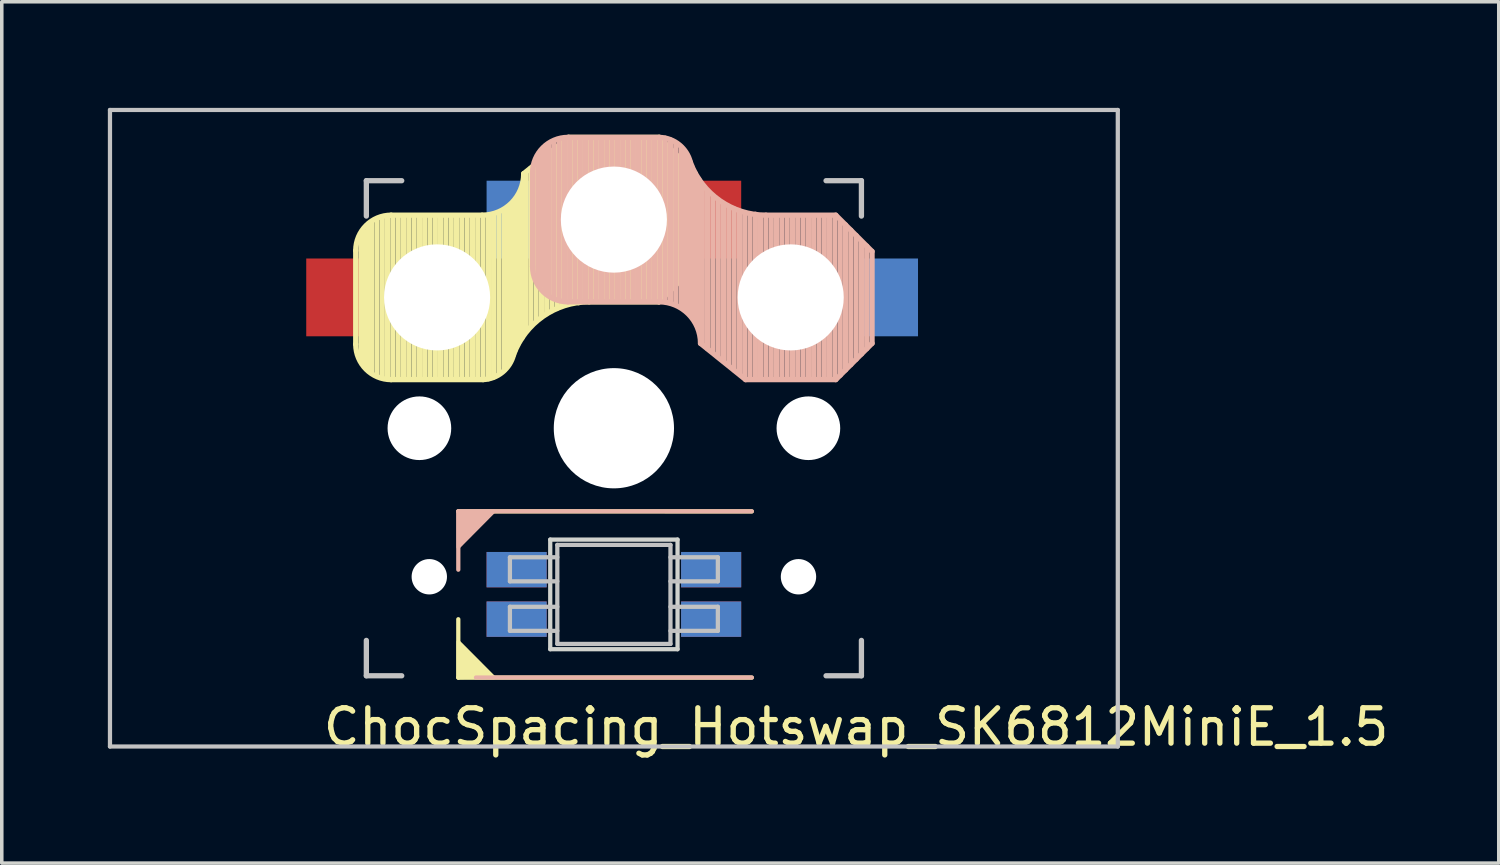
<source format=kicad_pcb>
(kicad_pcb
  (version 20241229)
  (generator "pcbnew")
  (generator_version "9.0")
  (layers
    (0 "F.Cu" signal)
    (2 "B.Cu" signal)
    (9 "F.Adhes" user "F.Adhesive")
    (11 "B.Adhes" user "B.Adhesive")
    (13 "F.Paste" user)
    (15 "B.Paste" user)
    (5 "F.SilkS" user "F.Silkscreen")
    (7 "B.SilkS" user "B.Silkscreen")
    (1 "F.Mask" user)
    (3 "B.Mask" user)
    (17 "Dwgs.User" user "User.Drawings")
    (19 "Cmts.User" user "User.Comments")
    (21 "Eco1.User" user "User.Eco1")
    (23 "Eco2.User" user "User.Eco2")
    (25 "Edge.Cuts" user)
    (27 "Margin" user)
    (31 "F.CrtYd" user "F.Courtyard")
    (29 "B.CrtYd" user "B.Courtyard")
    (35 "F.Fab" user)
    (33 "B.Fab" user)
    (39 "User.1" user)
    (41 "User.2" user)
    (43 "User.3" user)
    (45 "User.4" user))
  (footprint "ChocSpacing_Hotswap_SK6812MiniE_1.5"
    (layer "F.Cu")
    (at 14.31 9.06)
    (property "Reference" "ChocSpacing_Hotswap_SK6812MiniE_1.5" (at 6.85 8.45 180) (layer "F.SilkS") (effects (font (size 1 1) (thickness 0.15))))
    (attr through_hole)
    (fp_line (start -7.3 -5.025) (end -7.3 -2.375) (stroke (width 0.15) (type solid)) (layer "F.SilkS"))
    (fp_line (start -7.15 -1.95) (end -7.15 -5.5) (stroke (width 0.15) (type solid)) (layer "F.SilkS"))
    (fp_line (start -7.05 -1.8) (end -7.05 -5.55) (stroke (width 0.15) (type solid)) (layer "F.SilkS"))
    (fp_line (start -6.95 -1.7) (end -6.95 -5.65) (stroke (width 0.15) (type solid)) (layer "F.SilkS"))
    (fp_line (start -6.85 -1.6) (end -6.85 -5.8) (stroke (width 0.15) (type solid)) (layer "F.SilkS"))
    (fp_line (start -6.7 -1.5) (end -6.7 -5.9) (stroke (width 0.15) (type solid)) (layer "F.SilkS"))
    (fp_line (start -6.55 -1.45) (end -6.55 -5.95) (stroke (width 0.15) (type solid)) (layer "F.SilkS"))
    (fp_line (start -6.4 -1.4) (end -6.4 -5.95) (stroke (width 0.15) (type solid)) (layer "F.SilkS"))
    (fp_line (start -6.3 -6.025) (end -3.725 -6.025) (stroke (width 0.15) (type solid)) (layer "F.SilkS"))
    (fp_line (start -6.3 -1.375) (end -3.7 -1.375) (stroke (width 0.15) (type solid)) (layer "F.SilkS"))
    (fp_line (start -6.25 -1.4) (end -6.25 -6) (stroke (width 0.15) (type solid)) (layer "F.SilkS"))
    (fp_line (start -6.1 -1.4) (end -6.1 -6) (stroke (width 0.15) (type solid)) (layer "F.SilkS"))
    (fp_line (start -5.95 -1.4) (end -5.95 -6) (stroke (width 0.15) (type solid)) (layer "F.SilkS"))
    (fp_line (start -5.8 -1.4) (end -5.8 -6) (stroke (width 0.15) (type solid)) (layer "F.SilkS"))
    (fp_line (start -5.65 -1.4) (end -5.65 -6) (stroke (width 0.15) (type solid)) (layer "F.SilkS"))
    (fp_line (start -5.5 -1.4) (end -5.5 -6) (stroke (width 0.15) (type solid)) (layer "F.SilkS"))
    (fp_line (start -5.35 -1.4) (end -5.35 -6) (stroke (width 0.15) (type solid)) (layer "F.SilkS"))
    (fp_line (start -5.2 -1.4) (end -5.2 -6) (stroke (width 0.15) (type solid)) (layer "F.SilkS"))
    (fp_line (start -5.05 -1.4) (end -5.05 -6) (stroke (width 0.15) (type solid)) (layer "F.SilkS"))
    (fp_line (start -4.9 -1.4) (end -4.9 -6) (stroke (width 0.15) (type solid)) (layer "F.SilkS"))
    (fp_line (start -4.75 -1.4) (end -4.75 -6) (stroke (width 0.15) (type solid)) (layer "F.SilkS"))
    (fp_line (start -4.6 -1.4) (end -4.6 -6) (stroke (width 0.15) (type solid)) (layer "F.SilkS"))
    (fp_line (start -4.45 -1.4) (end -4.45 -6) (stroke (width 0.15) (type solid)) (layer "F.SilkS"))
    (fp_line (start -4.4 2.349) (end 3.9 2.352) (stroke (width 0.12) (type solid)) (layer "F.SilkS"))
    (fp_line (start -4.4 7.052) (end -4.4 5.401) (stroke (width 0.12) (type solid)) (layer "F.SilkS"))
    (fp_line (start -4.3 -1.4) (end -4.3 -6) (stroke (width 0.15) (type solid)) (layer "F.SilkS"))
    (fp_line (start -4.15 -1.4) (end -4.15 -6) (stroke (width 0.15) (type solid)) (layer "F.SilkS"))
    (fp_line (start -4 -1.4) (end -4 -6) (stroke (width 0.15) (type solid)) (layer "F.SilkS"))
    (fp_line (start -3.85 -1.4) (end -3.85 -5.95) (stroke (width 0.15) (type solid)) (layer "F.SilkS"))
    (fp_line (start -3.7 -1.4) (end -3.7 -6) (stroke (width 0.15) (type solid)) (layer "F.SilkS"))
    (fp_line (start -3.55 -1.4) (end -3.55 -6) (stroke (width 0.15) (type solid)) (layer "F.SilkS"))
    (fp_line (start -3.4 -1.45) (end -3.4 -6) (stroke (width 0.15) (type solid)) (layer "F.SilkS"))
    (fp_line (start -3.25 -1.55) (end -3.25 -6.1) (stroke (width 0.15) (type solid)) (layer "F.SilkS"))
    (fp_line (start -3.1 -1.65) (end -3.1 -6.15) (stroke (width 0.15) (type solid)) (layer "F.SilkS"))
    (fp_line (start -3 -1.8) (end -3 -6.2) (stroke (width 0.15) (type solid)) (layer "F.SilkS"))
    (fp_line (start -2.9 -2.05) (end -2.9 -6.25) (stroke (width 0.15) (type solid)) (layer "F.SilkS"))
    (fp_line (start -2.8 -2.2) (end -2.8 -6.35) (stroke (width 0.15) (type solid)) (layer "F.SilkS"))
    (fp_line (start -2.7 -2.4) (end -2.7 -6.55) (stroke (width 0.15) (type solid)) (layer "F.SilkS"))
    (fp_line (start -2.6 -2.55) (end -2.6 -6.7) (stroke (width 0.15) (type solid)) (layer "F.SilkS"))
    (fp_line (start -2.5 -2.75) (end -2.5 -7.2) (stroke (width 0.15) (type solid)) (layer "F.SilkS"))
    (fp_line (start -2.35 -2.9) (end -2.35 -7.35) (stroke (width 0.15) (type solid)) (layer "F.SilkS"))
    (fp_line (start -2.2 -3.05) (end -2.2 -7.45) (stroke (width 0.15) (type solid)) (layer "F.SilkS"))
    (fp_line (start -2.05 -3.15) (end -2.05 -7.55) (stroke (width 0.15) (type solid)) (layer "F.SilkS"))
    (fp_line (start -1.9 -3.25) (end -1.9 -7.7) (stroke (width 0.15) (type solid)) (layer "F.SilkS"))
    (fp_line (start -1.75 -3.35) (end -1.75 -7.8) (stroke (width 0.15) (type solid)) (layer "F.SilkS"))
    (fp_line (start -1.6 -3.4) (end -1.6 -7.95) (stroke (width 0.15) (type solid)) (layer "F.SilkS"))
    (fp_line (start -1.45 -3.5) (end -1.45 -8.05) (stroke (width 0.15) (type solid)) (layer "F.SilkS"))
    (fp_line (start -1.3 -3.55) (end -1.3 -8.15) (stroke (width 0.15) (type solid)) (layer "F.SilkS"))
    (fp_line (start -1.275 -8.225) (end -2.55 -7.2) (stroke (width 0.15) (type solid)) (layer "F.SilkS"))
    (fp_line (start -1.275 -8.225) (end 1.275 -8.225) (stroke (width 0.15) (type solid)) (layer "F.SilkS"))
    (fp_line (start -1.15 -3.55) (end -1.15 -8.2) (stroke (width 0.15) (type solid)) (layer "F.SilkS"))
    (fp_line (start -1 -3.55) (end -1 -8.2) (stroke (width 0.15) (type solid)) (layer "F.SilkS"))
    (fp_line (start -0.85 -3.6) (end -0.85 -8.15) (stroke (width 0.15) (type solid)) (layer "F.SilkS"))
    (fp_line (start -0.7 -3.6) (end -0.7 -8.2) (stroke (width 0.15) (type solid)) (layer "F.SilkS"))
    (fp_line (start -0.7 -3.575) (end 1.275 -3.575) (stroke (width 0.15) (type solid)) (layer "F.SilkS"))
    (fp_line (start -0.55 -3.6) (end -0.55 -8.2) (stroke (width 0.15) (type solid)) (layer "F.SilkS"))
    (fp_line (start -0.4 -3.6) (end -0.4 -8.2) (stroke (width 0.15) (type solid)) (layer "F.SilkS"))
    (fp_line (start -0.25 -3.6) (end -0.25 -8.2) (stroke (width 0.15) (type solid)) (layer "F.SilkS"))
    (fp_line (start -0.1 -3.6) (end -0.1 -8.2) (stroke (width 0.15) (type solid)) (layer "F.SilkS"))
    (fp_line (start 0.05 -3.6) (end 0.05 -8.2) (stroke (width 0.15) (type solid)) (layer "F.SilkS"))
    (fp_line (start 0.2 -3.6) (end 0.2 -8.2) (stroke (width 0.15) (type solid)) (layer "F.SilkS"))
    (fp_line (start 0.35 -3.6) (end 0.35 -8.2) (stroke (width 0.15) (type solid)) (layer "F.SilkS"))
    (fp_line (start 0.5 -3.6) (end 0.5 -8.2) (stroke (width 0.15) (type solid)) (layer "F.SilkS"))
    (fp_line (start 0.65 -3.6) (end 0.65 -8.2) (stroke (width 0.15) (type solid)) (layer "F.SilkS"))
    (fp_line (start 0.8 -3.6) (end 0.8 -8.2) (stroke (width 0.15) (type solid)) (layer "F.SilkS"))
    (fp_line (start 0.95 -3.6) (end 0.95 -8.2) (stroke (width 0.15) (type solid)) (layer "F.SilkS"))
    (fp_line (start 1.1 -3.6) (end 1.1 -8.2) (stroke (width 0.15) (type solid)) (layer "F.SilkS"))
    (fp_line (start 1.25 -3.6) (end 1.25 -8.2) (stroke (width 0.15) (type solid)) (layer "F.SilkS"))
    (fp_line (start 1.4 -3.75) (end 1.4 -8.1) (stroke (width 0.15) (type solid)) (layer "F.SilkS"))
    (fp_line (start 1.55 -3.85) (end 1.55 -7.95) (stroke (width 0.15) (type solid)) (layer "F.SilkS"))
    (fp_line (start 1.7 -4) (end 1.7 -7.8) (stroke (width 0.15) (type solid)) (layer "F.SilkS"))
    (fp_line (start 1.85 -4.15) (end 1.85 -7.65) (stroke (width 0.15) (type solid)) (layer "F.SilkS"))
    (fp_line (start 2 -4.35) (end 2 -7.5) (stroke (width 0.15) (type solid)) (layer "F.SilkS"))
    (fp_line (start 2.15 -4.45) (end 2.15 -7.35) (stroke (width 0.15) (type solid)) (layer "F.SilkS"))
    (fp_line (start 2.3 -7.2) (end 1.275 -8.225) (stroke (width 0.15) (type solid)) (layer "F.SilkS"))
    (fp_line (start 2.3 -7.2) (end 2.3 -4.6) (stroke (width 0.15) (type solid)) (layer "F.SilkS"))
    (fp_line (start 2.3 -4.6) (end 1.275 -3.575) (stroke (width 0.15) (type solid)) (layer "F.SilkS"))
    (fp_line (start 3.9 7.052) (end -4.4 7.052) (stroke (width 0.12) (type solid)) (layer "F.SilkS"))
    (fp_arc (start -7.3 -5.025) (mid -7.007107 -5.732107) (end -6.3 -6.025) (stroke (width 0.15) (type solid)) (layer "F.SilkS"))
    (fp_arc (start -6.3 -1.375) (mid -7.007107 -1.667893) (end -7.3 -2.375) (stroke (width 0.15) (type solid)) (layer "F.SilkS"))
    (fp_arc (start -2.837801 -2.078096) (mid -3.151716 -1.583979) (end -3.699005 -1.376209) (stroke (width 0.15) (type solid)) (layer "F.SilkS"))
    (fp_arc (start -2.837801 -2.078096) (mid -2.004887 -3.163571) (end -0.7 -3.575) (stroke (width 0.15) (type solid)) (layer "F.SilkS"))
    (fp_arc (start -2.55 -7.2) (mid -2.89415 -6.36915) (end -3.725 -6.025) (stroke (width 0.15) (type solid)) (layer "F.SilkS"))
    (fp_poly (pts (xy -3.392 7.049) (xy -4.4 7.052) (xy -4.4 6.036)) (stroke (width 0.1) (type solid)) (fill yes) (layer "F.SilkS"))
    (fp_line (start -4.4 2.349) (end -4.4 4) (stroke (width 0.12) (type solid)) (layer "B.SilkS"))
    (fp_line (start -3.9 7.049) (end 3.9 7.049) (stroke (width 0.12) (type solid)) (layer "B.SilkS"))
    (fp_line (start -2.3 -4.575) (end -2.3 -7.225) (stroke (width 0.15) (type solid)) (layer "B.SilkS"))
    (fp_line (start -2.15 -7.65) (end -2.15 -4.1) (stroke (width 0.15) (type solid)) (layer "B.SilkS"))
    (fp_line (start -2.05 -7.8) (end -2.05 -4.05) (stroke (width 0.15) (type solid)) (layer "B.SilkS"))
    (fp_line (start -1.95 -7.9) (end -1.95 -3.95) (stroke (width 0.15) (type solid)) (layer "B.SilkS"))
    (fp_line (start -1.85 -8) (end -1.85 -3.8) (stroke (width 0.15) (type solid)) (layer "B.SilkS"))
    (fp_line (start -1.7 -8.1) (end -1.7 -3.7) (stroke (width 0.15) (type solid)) (layer "B.SilkS"))
    (fp_line (start -1.55 -8.15) (end -1.55 -3.65) (stroke (width 0.15) (type solid)) (layer "B.SilkS"))
    (fp_line (start -1.4 -8.2) (end -1.4 -3.65) (stroke (width 0.15) (type solid)) (layer "B.SilkS"))
    (fp_line (start -1.3 -8.225) (end 1.3 -8.225) (stroke (width 0.15) (type solid)) (layer "B.SilkS"))
    (fp_line (start -1.3 -3.575) (end 1.275 -3.575) (stroke (width 0.15) (type solid)) (layer "B.SilkS"))
    (fp_line (start -1.25 -8.2) (end -1.25 -3.6) (stroke (width 0.15) (type solid)) (layer "B.SilkS"))
    (fp_line (start -1.1 -8.2) (end -1.1 -3.6) (stroke (width 0.15) (type solid)) (layer "B.SilkS"))
    (fp_line (start -0.95 -8.2) (end -0.95 -3.6) (stroke (width 0.15) (type solid)) (layer "B.SilkS"))
    (fp_line (start -0.8 -8.2) (end -0.8 -3.6) (stroke (width 0.15) (type solid)) (layer "B.SilkS"))
    (fp_line (start -0.65 -8.2) (end -0.65 -3.6) (stroke (width 0.15) (type solid)) (layer "B.SilkS"))
    (fp_line (start -0.5 -8.2) (end -0.5 -3.6) (stroke (width 0.15) (type solid)) (layer "B.SilkS"))
    (fp_line (start -0.35 -8.2) (end -0.35 -3.6) (stroke (width 0.15) (type solid)) (layer "B.SilkS"))
    (fp_line (start -0.2 -8.2) (end -0.2 -3.6) (stroke (width 0.15) (type solid)) (layer "B.SilkS"))
    (fp_line (start -0.05 -8.2) (end -0.05 -3.6) (stroke (width 0.15) (type solid)) (layer "B.SilkS"))
    (fp_line (start 0.1 -8.2) (end 0.1 -3.6) (stroke (width 0.15) (type solid)) (layer "B.SilkS"))
    (fp_line (start 0.25 -8.2) (end 0.25 -3.6) (stroke (width 0.15) (type solid)) (layer "B.SilkS"))
    (fp_line (start 0.4 -8.2) (end 0.4 -3.6) (stroke (width 0.15) (type solid)) (layer "B.SilkS"))
    (fp_line (start 0.55 -8.2) (end 0.55 -3.6) (stroke (width 0.15) (type solid)) (layer "B.SilkS"))
    (fp_line (start 0.7 -8.2) (end 0.7 -3.6) (stroke (width 0.15) (type solid)) (layer "B.SilkS"))
    (fp_line (start 0.85 -8.2) (end 0.85 -3.6) (stroke (width 0.15) (type solid)) (layer "B.SilkS"))
    (fp_line (start 1 -8.2) (end 1 -3.6) (stroke (width 0.15) (type solid)) (layer "B.SilkS"))
    (fp_line (start 1.15 -8.2) (end 1.15 -3.65) (stroke (width 0.15) (type solid)) (layer "B.SilkS"))
    (fp_line (start 1.3 -8.2) (end 1.3 -3.6) (stroke (width 0.15) (type solid)) (layer "B.SilkS"))
    (fp_line (start 1.45 -8.2) (end 1.45 -3.6) (stroke (width 0.15) (type solid)) (layer "B.SilkS"))
    (fp_line (start 1.6 -8.15) (end 1.6 -3.6) (stroke (width 0.15) (type solid)) (layer "B.SilkS"))
    (fp_line (start 1.75 -8.05) (end 1.75 -3.5) (stroke (width 0.15) (type solid)) (layer "B.SilkS"))
    (fp_line (start 1.9 -7.95) (end 1.9 -3.45) (stroke (width 0.15) (type solid)) (layer "B.SilkS"))
    (fp_line (start 2 -7.8) (end 2 -3.4) (stroke (width 0.15) (type solid)) (layer "B.SilkS"))
    (fp_line (start 2.1 -7.55) (end 2.1 -3.35) (stroke (width 0.15) (type solid)) (layer "B.SilkS"))
    (fp_line (start 2.2 -7.4) (end 2.2 -3.25) (stroke (width 0.15) (type solid)) (layer "B.SilkS"))
    (fp_line (start 2.3 -7.2) (end 2.3 -3.05) (stroke (width 0.15) (type solid)) (layer "B.SilkS"))
    (fp_line (start 2.4 -7.05) (end 2.4 -2.9) (stroke (width 0.15) (type solid)) (layer "B.SilkS"))
    (fp_line (start 2.5 -6.85) (end 2.5 -2.4) (stroke (width 0.15) (type solid)) (layer "B.SilkS"))
    (fp_line (start 2.65 -6.7) (end 2.65 -2.25) (stroke (width 0.15) (type solid)) (layer "B.SilkS"))
    (fp_line (start 2.8 -6.55) (end 2.8 -2.15) (stroke (width 0.15) (type solid)) (layer "B.SilkS"))
    (fp_line (start 2.95 -6.45) (end 2.95 -2.05) (stroke (width 0.15) (type solid)) (layer "B.SilkS"))
    (fp_line (start 3.1 -6.35) (end 3.1 -1.9) (stroke (width 0.15) (type solid)) (layer "B.SilkS"))
    (fp_line (start 3.25 -6.25) (end 3.25 -1.8) (stroke (width 0.15) (type solid)) (layer "B.SilkS"))
    (fp_line (start 3.4 -6.2) (end 3.4 -1.65) (stroke (width 0.15) (type solid)) (layer "B.SilkS"))
    (fp_line (start 3.55 -6.1) (end 3.55 -1.55) (stroke (width 0.15) (type solid)) (layer "B.SilkS"))
    (fp_line (start 3.7 -6.05) (end 3.7 -1.45) (stroke (width 0.15) (type solid)) (layer "B.SilkS"))
    (fp_line (start 3.725 -1.375) (end 2.45 -2.4) (stroke (width 0.15) (type solid)) (layer "B.SilkS"))
    (fp_line (start 3.725 -1.375) (end 6.275 -1.375) (stroke (width 0.15) (type solid)) (layer "B.SilkS"))
    (fp_line (start 3.85 -6.05) (end 3.85 -1.4) (stroke (width 0.15) (type solid)) (layer "B.SilkS"))
    (fp_line (start 3.9 2.349) (end -4.4 2.349) (stroke (width 0.12) (type solid)) (layer "B.SilkS"))
    (fp_line (start 4 -6.05) (end 4 -1.4) (stroke (width 0.15) (type solid)) (layer "B.SilkS"))
    (fp_line (start 4.15 -6) (end 4.15 -1.45) (stroke (width 0.15) (type solid)) (layer "B.SilkS"))
    (fp_line (start 4.3 -6.025) (end 6.275 -6.025) (stroke (width 0.15) (type solid)) (layer "B.SilkS"))
    (fp_line (start 4.3 -6) (end 4.3 -1.4) (stroke (width 0.15) (type solid)) (layer "B.SilkS"))
    (fp_line (start 4.45 -6) (end 4.45 -1.4) (stroke (width 0.15) (type solid)) (layer "B.SilkS"))
    (fp_line (start 4.6 -6) (end 4.6 -1.4) (stroke (width 0.15) (type solid)) (layer "B.SilkS"))
    (fp_line (start 4.75 -6) (end 4.75 -1.4) (stroke (width 0.15) (type solid)) (layer "B.SilkS"))
    (fp_line (start 4.9 -6) (end 4.9 -1.4) (stroke (width 0.15) (type solid)) (layer "B.SilkS"))
    (fp_line (start 5.05 -6) (end 5.05 -1.4) (stroke (width 0.15) (type solid)) (layer "B.SilkS"))
    (fp_line (start 5.2 -6) (end 5.2 -1.4) (stroke (width 0.15) (type solid)) (layer "B.SilkS"))
    (fp_line (start 5.35 -6) (end 5.35 -1.4) (stroke (width 0.15) (type solid)) (layer "B.SilkS"))
    (fp_line (start 5.5 -6) (end 5.5 -1.4) (stroke (width 0.15) (type solid)) (layer "B.SilkS"))
    (fp_line (start 5.65 -6) (end 5.65 -1.4) (stroke (width 0.15) (type solid)) (layer "B.SilkS"))
    (fp_line (start 5.8 -6) (end 5.8 -1.4) (stroke (width 0.15) (type solid)) (layer "B.SilkS"))
    (fp_line (start 5.95 -6) (end 5.95 -1.4) (stroke (width 0.15) (type solid)) (layer "B.SilkS"))
    (fp_line (start 6.1 -6) (end 6.1 -1.4) (stroke (width 0.15) (type solid)) (layer "B.SilkS"))
    (fp_line (start 6.25 -6) (end 6.25 -1.4) (stroke (width 0.15) (type solid)) (layer "B.SilkS"))
    (fp_line (start 6.4 -5.85) (end 6.4 -1.5) (stroke (width 0.15) (type solid)) (layer "B.SilkS"))
    (fp_line (start 6.55 -5.75) (end 6.55 -1.65) (stroke (width 0.15) (type solid)) (layer "B.SilkS"))
    (fp_line (start 6.7 -5.6) (end 6.7 -1.8) (stroke (width 0.15) (type solid)) (layer "B.SilkS"))
    (fp_line (start 6.85 -5.45) (end 6.85 -1.95) (stroke (width 0.15) (type solid)) (layer "B.SilkS"))
    (fp_line (start 7 -5.25) (end 7 -2.1) (stroke (width 0.15) (type solid)) (layer "B.SilkS"))
    (fp_line (start 7.15 -5.15) (end 7.15 -2.25) (stroke (width 0.15) (type solid)) (layer "B.SilkS"))
    (fp_line (start 7.3 -5) (end 6.275 -6.025) (stroke (width 0.15) (type solid)) (layer "B.SilkS"))
    (fp_line (start 7.3 -2.4) (end 6.275 -1.375) (stroke (width 0.15) (type solid)) (layer "B.SilkS"))
    (fp_line (start 7.3 -2.4) (end 7.3 -5) (stroke (width 0.15) (type solid)) (layer "B.SilkS"))
    (fp_arc (start -2.3 -7.225) (mid -2.007107 -7.932107) (end -1.3 -8.225) (stroke (width 0.15) (type solid)) (layer "B.SilkS"))
    (fp_arc (start -1.3 -3.575) (mid -2.007107 -3.867893) (end -2.3 -4.575) (stroke (width 0.15) (type solid)) (layer "B.SilkS"))
    (fp_arc (start 1.275 -3.575) (mid 2.10585 -3.23085) (end 2.45 -2.4) (stroke (width 0.15) (type solid)) (layer "B.SilkS"))
    (fp_arc (start 1.300995 -8.223791) (mid 1.848284 -8.016021) (end 2.162199 -7.521904) (stroke (width 0.15) (type solid)) (layer "B.SilkS"))
    (fp_arc (start 4.3 -6.025) (mid 2.995114 -6.436429) (end 2.162199 -7.521904) (stroke (width 0.15) (type solid)) (layer "B.SilkS"))
    (fp_poly (pts (xy -4.4 3.365) (xy -4.4 2.349) (xy -3.392 2.349)) (stroke (width 0.1) (type solid)) (fill yes) (layer "B.SilkS"))
    (fp_line (start -14.25 -9) (end 14.25 -9) (stroke (width 0.12) (type solid)) (layer "Dwgs.User"))
    (fp_line (start -14.25 9) (end -14.25 -9) (stroke (width 0.12) (type solid)) (layer "Dwgs.User"))
    (fp_line (start -7 -7) (end -7 -6) (stroke (width 0.15) (type solid)) (layer "Dwgs.User"))
    (fp_line (start -7 6) (end -7 7) (stroke (width 0.15) (type solid)) (layer "Dwgs.User"))
    (fp_line (start -7 7) (end -6 7) (stroke (width 0.15) (type solid)) (layer "Dwgs.User"))
    (fp_line (start -6 -7) (end -7 -7) (stroke (width 0.15) (type solid)) (layer "Dwgs.User"))
    (fp_line (start -2.94 3.649) (end -2.94 4.329) (stroke (width 0.12) (type solid)) (layer "Dwgs.User"))
    (fp_line (start -2.94 4.329) (end -1.6 4.329) (stroke (width 0.12) (type solid)) (layer "Dwgs.User"))
    (fp_line (start -2.94 5.049) (end -2.94 5.729) (stroke (width 0.12) (type solid)) (layer "Dwgs.User"))
    (fp_line (start -2.94 5.729) (end -1.6 5.729) (stroke (width 0.12) (type solid)) (layer "Dwgs.User"))
    (fp_line (start -1.6 3.299) (end -1.6 6.099) (stroke (width 0.12) (type solid)) (layer "Dwgs.User"))
    (fp_line (start -1.6 3.299) (end 1.6 3.299) (stroke (width 0.12) (type solid)) (layer "Dwgs.User"))
    (fp_line (start -1.6 3.649) (end -2.94 3.649) (stroke (width 0.12) (type solid)) (layer "Dwgs.User"))
    (fp_line (start -1.6 5.049) (end -2.94 5.049) (stroke (width 0.12) (type solid)) (layer "Dwgs.User"))
    (fp_line (start -1.6 6.099) (end 1.6 6.099) (stroke (width 0.12) (type solid)) (layer "Dwgs.User"))
    (fp_line (start 1.6 3.299) (end 1.6 6.099) (stroke (width 0.12) (type solid)) (layer "Dwgs.User"))
    (fp_line (start 1.6 4.329) (end 2.94 4.329) (stroke (width 0.12) (type solid)) (layer "Dwgs.User"))
    (fp_line (start 1.6 5.729) (end 2.94 5.729) (stroke (width 0.12) (type solid)) (layer "Dwgs.User"))
    (fp_line (start 2.94 3.649) (end 1.6 3.649) (stroke (width 0.12) (type solid)) (layer "Dwgs.User"))
    (fp_line (start 2.94 4.329) (end 2.94 3.649) (stroke (width 0.12) (type solid)) (layer "Dwgs.User"))
    (fp_line (start 2.94 5.049) (end 1.6 5.049) (stroke (width 0.12) (type solid)) (layer "Dwgs.User"))
    (fp_line (start 2.94 5.729) (end 2.94 5.049) (stroke (width 0.12) (type solid)) (layer "Dwgs.User"))
    (fp_line (start 6 -7) (end 7 -7) (stroke (width 0.15) (type solid)) (layer "Dwgs.User"))
    (fp_line (start 7 -7) (end 7 -6) (stroke (width 0.15) (type solid)) (layer "Dwgs.User"))
    (fp_line (start 7 6) (end 7 7) (stroke (width 0.15) (type solid)) (layer "Dwgs.User"))
    (fp_line (start 7 7) (end 6 7) (stroke (width 0.15) (type solid)) (layer "Dwgs.User"))
    (fp_line (start 14.25 -9) (end 14.25 9) (stroke (width 0.12) (type solid)) (layer "Dwgs.User"))
    (fp_line (start 14.25 9) (end -14.25 9) (stroke (width 0.12) (type solid)) (layer "Dwgs.User"))
    (fp_line (start -1.8 3.149) (end -1.8 6.249) (stroke (width 0.12) (type solid)) (layer "Edge.Cuts"))
    (fp_line (start -1.8 6.249) (end 1.8 6.249) (stroke (width 0.12) (type solid)) (layer "Edge.Cuts"))
    (fp_line (start 1.8 3.149) (end -1.8 3.149) (stroke (width 0.12) (type solid)) (layer "Edge.Cuts"))
    (fp_line (start 1.8 6.249) (end 1.8 3.149) (stroke (width 0.12) (type solid)) (layer "Edge.Cuts"))
    (pad "" np_thru_hole circle (at -5.5 0 270) (size 1.8 1.8) (drill 1.8) (layers "*.Cu" "*.Mask"))
    (pad "" np_thru_hole circle (at -5.22 4.2) (size 1 1) (drill 1) (layers "*.Cu" "*.Mask"))
    (pad "" np_thru_hole circle (at -5 -3.7 90) (size 3 3) (drill 3) (layers "*.Cu" "*.Mask"))
    (pad "" np_thru_hole circle (at 0 -5.9 270) (size 3 3) (drill 3) (layers "*.Cu" "*.Mask"))
    (pad "" np_thru_hole circle (at 0 0 270) (size 3.4 3.4) (drill 3.4) (layers "*.Cu" "*.Mask"))
    (pad "" np_thru_hole circle (at 5 -3.7 270) (size 3 3) (drill 3) (layers "*.Cu" "*.Mask"))
    (pad "" np_thru_hole circle (at 5.22 4.2) (size 1 1) (drill 1) (layers "*.Cu" "*.Mask"))
    (pad "" np_thru_hole circle (at 5.5 0 270) (size 1.8 1.8) (drill 1.8) (layers "*.Cu" "*.Mask"))
    (pad "1" smd rect (at 2.75 3.999) (size 1.7 1) (layers "F.Cu" "F.Mask" "F.Paste"))
    (pad "1" smd rect (at 2.75 5.399) (size 1.7 1) (layers "B.Cu" "B.Mask" "B.Paste"))
    (pad "2" smd rect (at 2.75 3.999) (size 1.7 1) (layers "B.Cu" "B.Mask" "B.Paste"))
    (pad "2" smd rect (at 2.75 5.399) (size 1.7 1) (layers "F.Cu" "F.Mask" "F.Paste"))
    (pad "3" smd rect (at -2.75 3.999) (size 1.7 1) (layers "B.Cu" "B.Mask" "B.Paste"))
    (pad "3" smd rect (at -2.75 5.399) (size 1.7 1) (layers "F.Cu" "F.Mask" "F.Paste"))
    (pad "4" smd rect (at -2.75 3.999) (size 1.7 1) (layers "F.Cu" "F.Mask" "F.Paste"))
    (pad "4" smd rect (at -2.75 5.399) (size 1.7 1) (layers "B.Cu" "B.Mask" "B.Paste"))
    (pad "5" smd rect (at -2.8 -5.9) (size 1.6 2.2) (layers "B.Cu" "B.Mask" "B.Paste"))
    (pad "5" smd rect (at 2.8 -5.9) (size 1.6 2.2) (layers "F.Cu" "F.Mask" "F.Paste"))
    (pad "6" smd rect (at -7.9 -3.7) (size 1.6 2.2) (layers "F.Cu" "F.Mask" "F.Paste"))
    (pad "6" smd rect (at 7.8 -3.7) (size 1.6 2.2) (layers "B.Cu" "B.Mask" "B.Paste")))
  (gr_rect
    (start -3 -3)
    (end 39.333 21.358)
    (stroke (width 0.1) (type default))
    (fill no)
    (layer "Edge.Cuts")))
</source>
